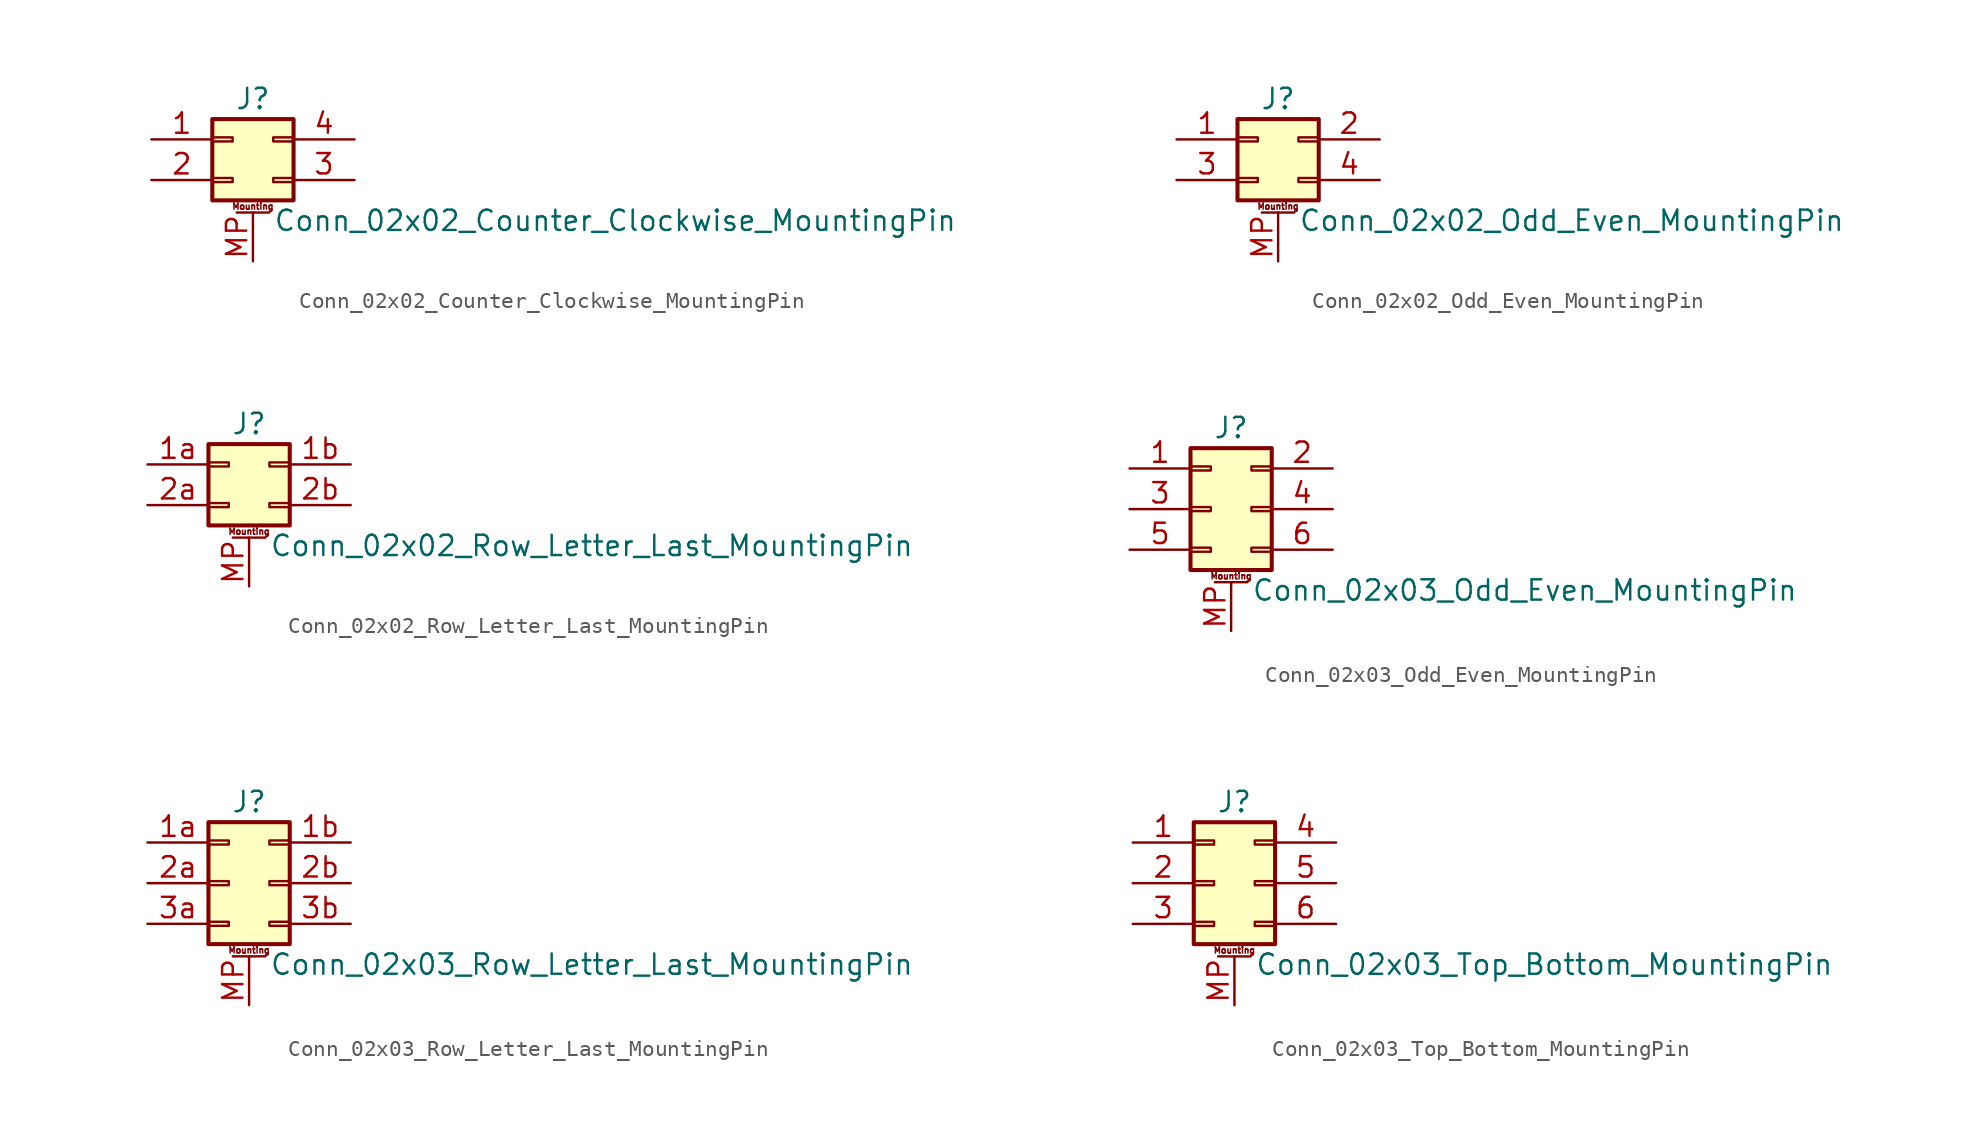
<source format=kicad_sym>
(kicad_symbol_lib
  (version 20211014)
  (generator kicad_symbol_editor)
  (symbol "Conn_02x02_Counter_Clockwise_MountingPin"
    (pin_names
      (offset 1.016) hide)
    (property "Reference" "J"
      (at 1.27 2.54 0)
      (effects (font (size 1.27 1.27))))
    (property "Value" "Conn_02x02_Counter_Clockwise_MountingPin"
      (at 2.54 -5.08 0)
      (effects (font (size 1.27 1.27)) (justify left)))
    (symbol "Conn_02x02_Counter_Clockwise_MountingPin_1_1"
      (rectangle (start -1.27 -2.413) (end 0 -2.667) (stroke (width 0.152) (type default) (color 0 0 0 0)) (fill (type none)))
      (rectangle (start -1.27 0.127) (end 0 -0.127) (stroke (width 0.152) (type default) (color 0 0 0 0)) (fill (type none)))
      (rectangle (start -1.27 1.27) (end 3.81 -3.81) (stroke (width 0.254) (type default) (color 0 0 0 0)) (fill (type background)))
      (polyline (pts (xy 0.254 -4.572) (xy 2.286 -4.572)) (stroke (width 0.152) (type default) (color 0 0 0 0)) (fill (type none)))
      (rectangle (start 3.81 -2.413) (end 2.54 -2.667) (stroke (width 0.152) (type default) (color 0 0 0 0)) (fill (type none)))
      (rectangle (start 3.81 0.127) (end 2.54 -0.127) (stroke (width 0.152) (type default) (color 0 0 0 0)) (fill (type none)))
      (text "Mounting" (at 1.27 -4.191 0) (effects (font (size 0.381 0.381))))
      (pin passive line (at -5.08 0 0) (length 3.81) (name "Pin_1" (effects (font (size 1.27 1.27)))) (number "1" (effects (font (size 1.27 1.27)))))
      (pin passive line (at -5.08 -2.54 0) (length 3.81) (name "Pin_2" (effects (font (size 1.27 1.27)))) (number "2" (effects (font (size 1.27 1.27)))))
      (pin passive line (at 7.62 -2.54 180) (length 3.81) (name "Pin_3" (effects (font (size 1.27 1.27)))) (number "3" (effects (font (size 1.27 1.27)))))
      (pin passive line (at 7.62 0 180) (length 3.81) (name "Pin_4" (effects (font (size 1.27 1.27)))) (number "4" (effects (font (size 1.27 1.27)))))
      (pin passive line (at 1.27 -7.62 90) (length 3.048) (name "MountPin" (effects (font (size 1.27 1.27)))) (number "MP" (effects (font (size 1.27 1.27)))))))
  (symbol "Conn_02x02_Odd_Even_MountingPin"
    (pin_names
      (offset 1.016) hide)
    (property "Reference" "J"
      (at 1.27 2.54 0)
      (effects (font (size 1.27 1.27))))
    (property "Value" "Conn_02x02_Odd_Even_MountingPin"
      (at 2.54 -5.08 0)
      (effects (font (size 1.27 1.27)) (justify left)))
    (symbol "Conn_02x02_Odd_Even_MountingPin_1_1"
      (rectangle (start -1.27 -2.413) (end 0 -2.667) (stroke (width 0.152) (type default) (color 0 0 0 0)) (fill (type none)))
      (rectangle (start -1.27 0.127) (end 0 -0.127) (stroke (width 0.152) (type default) (color 0 0 0 0)) (fill (type none)))
      (rectangle (start -1.27 1.27) (end 3.81 -3.81) (stroke (width 0.254) (type default) (color 0 0 0 0)) (fill (type background)))
      (polyline (pts (xy 0.254 -4.572) (xy 2.286 -4.572)) (stroke (width 0.152) (type default) (color 0 0 0 0)) (fill (type none)))
      (rectangle (start 3.81 -2.413) (end 2.54 -2.667) (stroke (width 0.152) (type default) (color 0 0 0 0)) (fill (type none)))
      (rectangle (start 3.81 0.127) (end 2.54 -0.127) (stroke (width 0.152) (type default) (color 0 0 0 0)) (fill (type none)))
      (text "Mounting" (at 1.27 -4.191 0) (effects (font (size 0.381 0.381))))
      (pin passive line (at -5.08 0 0) (length 3.81) (name "Pin_1" (effects (font (size 1.27 1.27)))) (number "1" (effects (font (size 1.27 1.27)))))
      (pin passive line (at 7.62 0 180) (length 3.81) (name "Pin_2" (effects (font (size 1.27 1.27)))) (number "2" (effects (font (size 1.27 1.27)))))
      (pin passive line (at -5.08 -2.54 0) (length 3.81) (name "Pin_3" (effects (font (size 1.27 1.27)))) (number "3" (effects (font (size 1.27 1.27)))))
      (pin passive line (at 7.62 -2.54 180) (length 3.81) (name "Pin_4" (effects (font (size 1.27 1.27)))) (number "4" (effects (font (size 1.27 1.27)))))
      (pin passive line (at 1.27 -7.62 90) (length 3.048) (name "MountPin" (effects (font (size 1.27 1.27)))) (number "MP" (effects (font (size 1.27 1.27)))))))
  (symbol "Conn_02x02_Row_Letter_Last_MountingPin"
    (pin_names
      (offset 1.016) hide)
    (property "Reference" "J"
      (at 1.27 2.54 0)
      (effects (font (size 1.27 1.27))))
    (property "Value" "Conn_02x02_Row_Letter_Last_MountingPin"
      (at 2.54 -5.08 0)
      (effects (font (size 1.27 1.27)) (justify left)))
    (symbol "Conn_02x02_Row_Letter_Last_MountingPin_1_1"
      (rectangle (start -1.27 -2.413) (end 0 -2.667) (stroke (width 0.152) (type default) (color 0 0 0 0)) (fill (type none)))
      (rectangle (start -1.27 0.127) (end 0 -0.127) (stroke (width 0.152) (type default) (color 0 0 0 0)) (fill (type none)))
      (rectangle (start -1.27 1.27) (end 3.81 -3.81) (stroke (width 0.254) (type default) (color 0 0 0 0)) (fill (type background)))
      (polyline (pts (xy 0.254 -4.572) (xy 2.286 -4.572)) (stroke (width 0.152) (type default) (color 0 0 0 0)) (fill (type none)))
      (rectangle (start 3.81 -2.413) (end 2.54 -2.667) (stroke (width 0.152) (type default) (color 0 0 0 0)) (fill (type none)))
      (rectangle (start 3.81 0.127) (end 2.54 -0.127) (stroke (width 0.152) (type default) (color 0 0 0 0)) (fill (type none)))
      (text "Mounting" (at 1.27 -4.191 0) (effects (font (size 0.381 0.381))))
      (pin passive line (at -5.08 0 0) (length 3.81) (name "Pin_1a" (effects (font (size 1.27 1.27)))) (number "1a" (effects (font (size 1.27 1.27)))))
      (pin passive line (at 7.62 0 180) (length 3.81) (name "Pin_1b" (effects (font (size 1.27 1.27)))) (number "1b" (effects (font (size 1.27 1.27)))))
      (pin passive line (at -5.08 -2.54 0) (length 3.81) (name "Pin_2a" (effects (font (size 1.27 1.27)))) (number "2a" (effects (font (size 1.27 1.27)))))
      (pin passive line (at 7.62 -2.54 180) (length 3.81) (name "Pin_2b" (effects (font (size 1.27 1.27)))) (number "2b" (effects (font (size 1.27 1.27)))))
      (pin passive line (at 1.27 -7.62 90) (length 3.048) (name "MountPin" (effects (font (size 1.27 1.27)))) (number "MP" (effects (font (size 1.27 1.27)))))))
  (symbol "Conn_02x03_Odd_Even_MountingPin"
    (pin_names
      (offset 1.016) hide)
    (property "Reference" "J"
      (at 1.27 5.08 0)
      (effects (font (size 1.27 1.27))))
    (property "Value" "Conn_02x03_Odd_Even_MountingPin"
      (at 2.54 -5.08 0)
      (effects (font (size 1.27 1.27)) (justify left)))
    (symbol "Conn_02x03_Odd_Even_MountingPin_1_1"
      (rectangle (start -1.27 -2.413) (end 0 -2.667) (stroke (width 0.152) (type default) (color 0 0 0 0)) (fill (type none)))
      (rectangle (start -1.27 0.127) (end 0 -0.127) (stroke (width 0.152) (type default) (color 0 0 0 0)) (fill (type none)))
      (rectangle (start -1.27 2.667) (end 0 2.413) (stroke (width 0.152) (type default) (color 0 0 0 0)) (fill (type none)))
      (rectangle (start -1.27 3.81) (end 3.81 -3.81) (stroke (width 0.254) (type default) (color 0 0 0 0)) (fill (type background)))
      (polyline (pts (xy 0.254 -4.572) (xy 2.286 -4.572)) (stroke (width 0.152) (type default) (color 0 0 0 0)) (fill (type none)))
      (rectangle (start 3.81 -2.413) (end 2.54 -2.667) (stroke (width 0.152) (type default) (color 0 0 0 0)) (fill (type none)))
      (rectangle (start 3.81 0.127) (end 2.54 -0.127) (stroke (width 0.152) (type default) (color 0 0 0 0)) (fill (type none)))
      (rectangle (start 3.81 2.667) (end 2.54 2.413) (stroke (width 0.152) (type default) (color 0 0 0 0)) (fill (type none)))
      (text "Mounting" (at 1.27 -4.191 0) (effects (font (size 0.381 0.381))))
      (pin passive line (at -5.08 2.54 0) (length 3.81) (name "Pin_1" (effects (font (size 1.27 1.27)))) (number "1" (effects (font (size 1.27 1.27)))))
      (pin passive line (at 7.62 2.54 180) (length 3.81) (name "Pin_2" (effects (font (size 1.27 1.27)))) (number "2" (effects (font (size 1.27 1.27)))))
      (pin passive line (at -5.08 0 0) (length 3.81) (name "Pin_3" (effects (font (size 1.27 1.27)))) (number "3" (effects (font (size 1.27 1.27)))))
      (pin passive line (at 7.62 0 180) (length 3.81) (name "Pin_4" (effects (font (size 1.27 1.27)))) (number "4" (effects (font (size 1.27 1.27)))))
      (pin passive line (at -5.08 -2.54 0) (length 3.81) (name "Pin_5" (effects (font (size 1.27 1.27)))) (number "5" (effects (font (size 1.27 1.27)))))
      (pin passive line (at 7.62 -2.54 180) (length 3.81) (name "Pin_6" (effects (font (size 1.27 1.27)))) (number "6" (effects (font (size 1.27 1.27)))))
      (pin passive line (at 1.27 -7.62 90) (length 3.048) (name "MountPin" (effects (font (size 1.27 1.27)))) (number "MP" (effects (font (size 1.27 1.27)))))))
  (symbol "Conn_02x03_Row_Letter_Last_MountingPin"
    (pin_names
      (offset 1.016) hide)
    (property "Reference" "J"
      (at 1.27 5.08 0)
      (effects (font (size 1.27 1.27))))
    (property "Value" "Conn_02x03_Row_Letter_Last_MountingPin"
      (at 2.54 -5.08 0)
      (effects (font (size 1.27 1.27)) (justify left)))
    (symbol "Conn_02x03_Row_Letter_Last_MountingPin_1_1"
      (rectangle (start -1.27 -2.413) (end 0 -2.667) (stroke (width 0.152) (type default) (color 0 0 0 0)) (fill (type none)))
      (rectangle (start -1.27 0.127) (end 0 -0.127) (stroke (width 0.152) (type default) (color 0 0 0 0)) (fill (type none)))
      (rectangle (start -1.27 2.667) (end 0 2.413) (stroke (width 0.152) (type default) (color 0 0 0 0)) (fill (type none)))
      (rectangle (start -1.27 3.81) (end 3.81 -3.81) (stroke (width 0.254) (type default) (color 0 0 0 0)) (fill (type background)))
      (polyline (pts (xy 0.254 -4.572) (xy 2.286 -4.572)) (stroke (width 0.152) (type default) (color 0 0 0 0)) (fill (type none)))
      (rectangle (start 3.81 -2.413) (end 2.54 -2.667) (stroke (width 0.152) (type default) (color 0 0 0 0)) (fill (type none)))
      (rectangle (start 3.81 0.127) (end 2.54 -0.127) (stroke (width 0.152) (type default) (color 0 0 0 0)) (fill (type none)))
      (rectangle (start 3.81 2.667) (end 2.54 2.413) (stroke (width 0.152) (type default) (color 0 0 0 0)) (fill (type none)))
      (text "Mounting" (at 1.27 -4.191 0) (effects (font (size 0.381 0.381))))
      (pin passive line (at -5.08 2.54 0) (length 3.81) (name "Pin_1a" (effects (font (size 1.27 1.27)))) (number "1a" (effects (font (size 1.27 1.27)))))
      (pin passive line (at 7.62 2.54 180) (length 3.81) (name "Pin_1b" (effects (font (size 1.27 1.27)))) (number "1b" (effects (font (size 1.27 1.27)))))
      (pin passive line (at -5.08 0 0) (length 3.81) (name "Pin_2a" (effects (font (size 1.27 1.27)))) (number "2a" (effects (font (size 1.27 1.27)))))
      (pin passive line (at 7.62 0 180) (length 3.81) (name "Pin_2b" (effects (font (size 1.27 1.27)))) (number "2b" (effects (font (size 1.27 1.27)))))
      (pin passive line (at -5.08 -2.54 0) (length 3.81) (name "Pin_3a" (effects (font (size 1.27 1.27)))) (number "3a" (effects (font (size 1.27 1.27)))))
      (pin passive line (at 7.62 -2.54 180) (length 3.81) (name "Pin_3b" (effects (font (size 1.27 1.27)))) (number "3b" (effects (font (size 1.27 1.27)))))
      (pin passive line (at 1.27 -7.62 90) (length 3.048) (name "MountPin" (effects (font (size 1.27 1.27)))) (number "MP" (effects (font (size 1.27 1.27)))))))
  (symbol "Conn_02x03_Top_Bottom_MountingPin"
    (pin_names
      (offset 1.016) hide)
    (property "Reference" "J"
      (at 1.27 5.08 0)
      (effects (font (size 1.27 1.27))))
    (property "Value" "Conn_02x03_Top_Bottom_MountingPin"
      (at 2.54 -5.08 0)
      (effects (font (size 1.27 1.27)) (justify left)))
    (symbol "Conn_02x03_Top_Bottom_MountingPin_1_1"
      (rectangle (start -1.27 -2.413) (end 0 -2.667) (stroke (width 0.152) (type default) (color 0 0 0 0)) (fill (type none)))
      (rectangle (start -1.27 0.127) (end 0 -0.127) (stroke (width 0.152) (type default) (color 0 0 0 0)) (fill (type none)))
      (rectangle (start -1.27 2.667) (end 0 2.413) (stroke (width 0.152) (type default) (color 0 0 0 0)) (fill (type none)))
      (rectangle (start -1.27 3.81) (end 3.81 -3.81) (stroke (width 0.254) (type default) (color 0 0 0 0)) (fill (type background)))
      (polyline (pts (xy 0.254 -4.572) (xy 2.286 -4.572)) (stroke (width 0.152) (type default) (color 0 0 0 0)) (fill (type none)))
      (rectangle (start 3.81 -2.413) (end 2.54 -2.667) (stroke (width 0.152) (type default) (color 0 0 0 0)) (fill (type none)))
      (rectangle (start 3.81 0.127) (end 2.54 -0.127) (stroke (width 0.152) (type default) (color 0 0 0 0)) (fill (type none)))
      (rectangle (start 3.81 2.667) (end 2.54 2.413) (stroke (width 0.152) (type default) (color 0 0 0 0)) (fill (type none)))
      (text "Mounting" (at 1.27 -4.191 0) (effects (font (size 0.381 0.381))))
      (pin passive line (at -5.08 2.54 0) (length 3.81) (name "Pin_1" (effects (font (size 1.27 1.27)))) (number "1" (effects (font (size 1.27 1.27)))))
      (pin passive line (at -5.08 0 0) (length 3.81) (name "Pin_2" (effects (font (size 1.27 1.27)))) (number "2" (effects (font (size 1.27 1.27)))))
      (pin passive line (at -5.08 -2.54 0) (length 3.81) (name "Pin_3" (effects (font (size 1.27 1.27)))) (number "3" (effects (font (size 1.27 1.27)))))
      (pin passive line (at 7.62 2.54 180) (length 3.81) (name "Pin_4" (effects (font (size 1.27 1.27)))) (number "4" (effects (font (size 1.27 1.27)))))
      (pin passive line (at 7.62 0 180) (length 3.81) (name "Pin_5" (effects (font (size 1.27 1.27)))) (number "5" (effects (font (size 1.27 1.27)))))
      (pin passive line (at 7.62 -2.54 180) (length 3.81) (name "Pin_6" (effects (font (size 1.27 1.27)))) (number "6" (effects (font (size 1.27 1.27)))))
      (pin passive line (at 1.27 -7.62 90) (length 3.048) (name "MountPin" (effects (font (size 1.27 1.27)))) (number "MP" (effects (font (size 1.27 1.27))))))))
</source>
